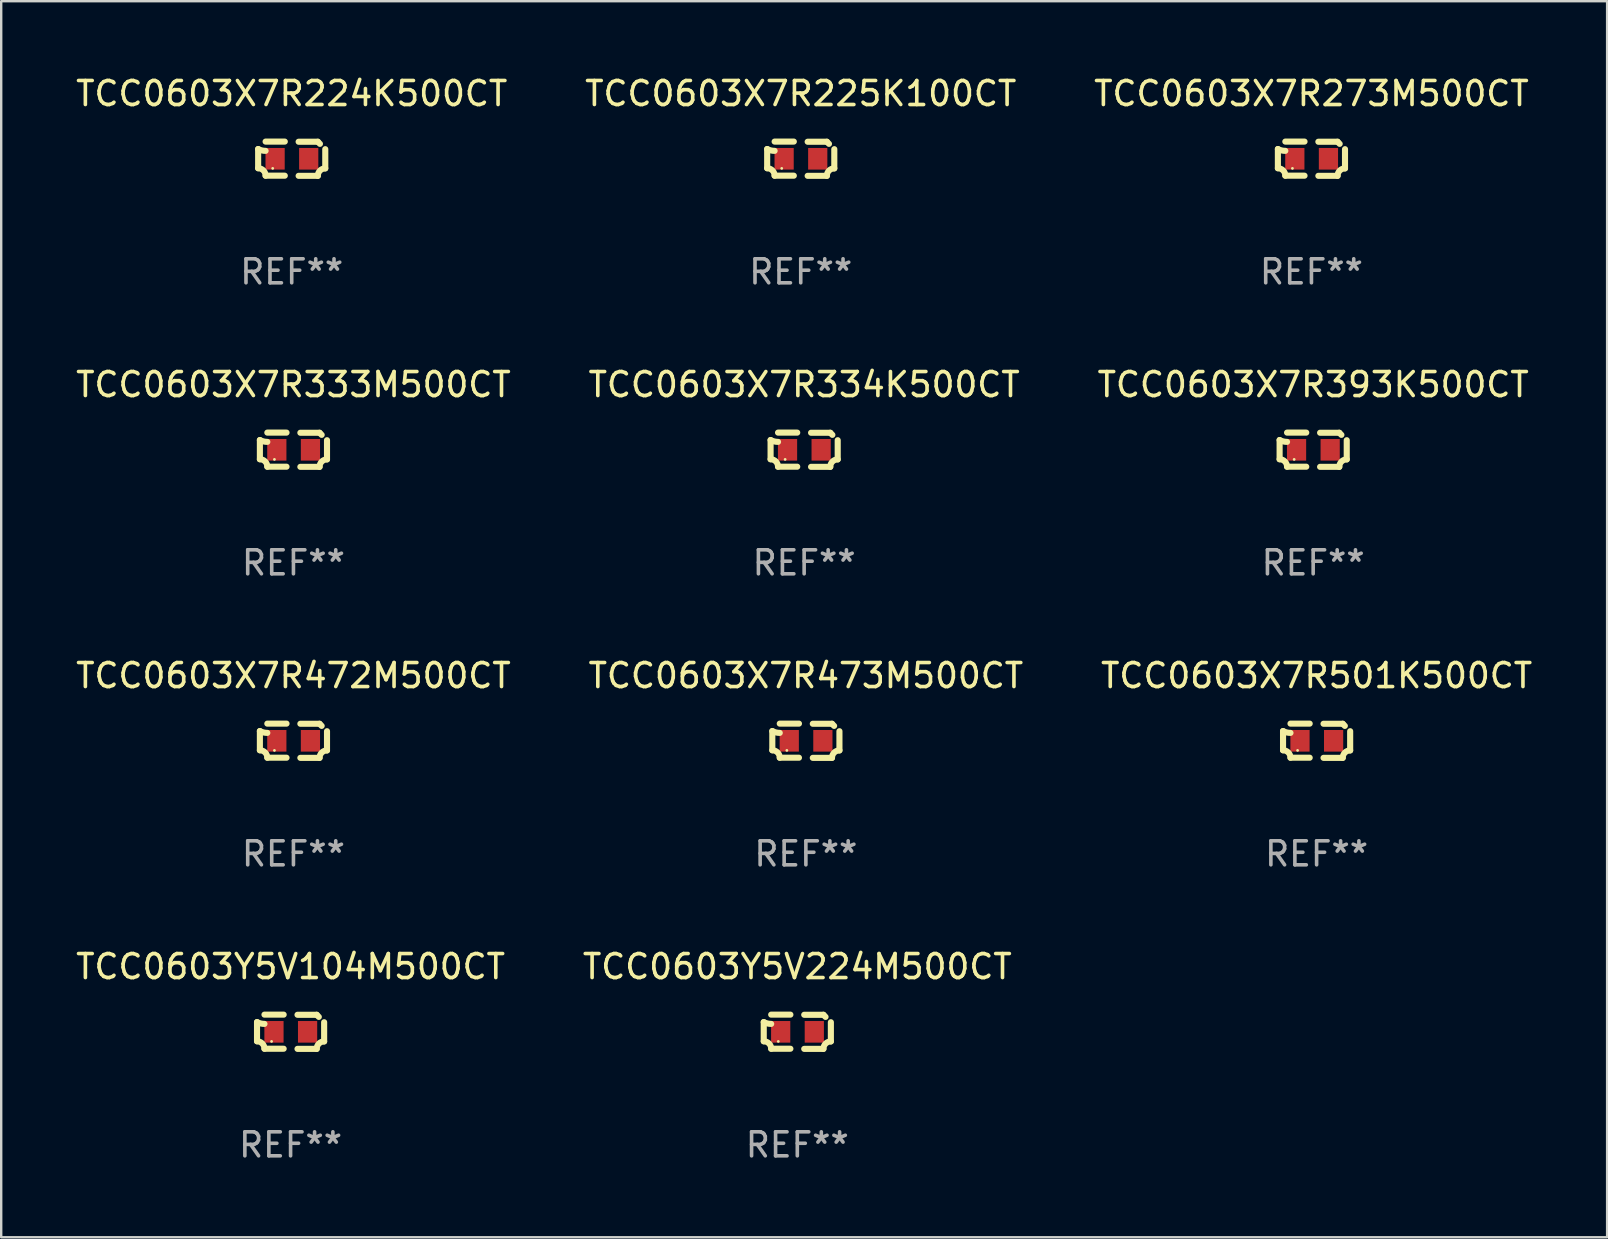
<source format=kicad_pcb>
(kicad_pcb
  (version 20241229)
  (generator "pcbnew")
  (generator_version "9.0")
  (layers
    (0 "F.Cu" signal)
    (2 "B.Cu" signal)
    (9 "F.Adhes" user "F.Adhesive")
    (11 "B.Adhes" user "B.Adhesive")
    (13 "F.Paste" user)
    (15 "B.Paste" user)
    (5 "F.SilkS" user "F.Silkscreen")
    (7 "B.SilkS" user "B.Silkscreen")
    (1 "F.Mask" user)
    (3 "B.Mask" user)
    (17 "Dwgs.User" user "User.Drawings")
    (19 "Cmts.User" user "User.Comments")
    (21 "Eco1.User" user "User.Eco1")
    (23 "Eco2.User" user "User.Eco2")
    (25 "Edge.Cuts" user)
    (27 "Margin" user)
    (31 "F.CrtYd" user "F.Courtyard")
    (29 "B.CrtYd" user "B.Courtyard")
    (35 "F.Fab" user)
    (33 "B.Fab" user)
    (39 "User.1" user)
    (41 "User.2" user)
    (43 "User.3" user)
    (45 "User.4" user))
  (footprint "TCC0603X7R225K100CT"
    (layer "F.Cu")
    (at 30.304 3.561)
    (property "Reference" "TCC0603X7R225K100CT" (at 0 -2.713 0) (layer "F.SilkS") (effects (font (size 1 1) (thickness 0.15))))
    (attr through_hole)
    (fp_line (start -1.398 -0.403) (end -1.398 0.397) (stroke (width 0.254) (type solid)) (layer "F.SilkS"))
    (fp_line (start -0.288 -0.713) (end -1.088 -0.713) (stroke (width 0.254) (type solid)) (layer "F.SilkS"))
    (fp_line (start -0.288 0.707) (end -1.088 0.707) (stroke (width 0.254) (type solid)) (layer "F.SilkS"))
    (fp_line (start 0.288 -0.707) (end 1.088 -0.707) (stroke (width 0.254) (type solid)) (layer "F.SilkS"))
    (fp_line (start 0.288 0.713) (end 1.088 0.713) (stroke (width 0.254) (type solid)) (layer "F.SilkS"))
    (fp_line (start 1.398 -0.397) (end 1.398 0.403) (stroke (width 0.254) (type solid)) (layer "F.SilkS"))
    (fp_arc (start -1.397789 0.397066) (mid -1.178701 0.487826) (end -1.08796 0.706922) (stroke (width 0.254001) (type solid)) (layer "F.SilkS"))
    (fp_arc (start -1.08796 -0.327176) (mid -1.247436 -0.346384) (end -1.39779 -0.402908) (stroke (width 0.254001) (type solid)) (layer "F.SilkS"))
    (fp_arc (start 1.087909 0.712738) (mid 1.178656 0.493655) (end 1.397739 0.402908) (stroke (width 0.254001) (type solid)) (layer "F.SilkS"))
    (fp_arc (start 1.175925 -0.618926) (mid 1.131917 -0.662923) (end 1.08791 -0.706922) (stroke (width 0.254001) (type solid)) (layer "F.SilkS"))
    (fp_circle (center -0.792 0.403) (end -0.762 0.403) (stroke (width 0.06) (type solid)) (fill no) (layer "F.SilkS"))
    (fp_text user "REF**" (at 0 4.713 0) (layer "F.Fab") (effects (font (size 1 1) (thickness 0.15))))
    (pad "1" smd rect (at -0.692 0.003) (size 0.8 0.9) (layers "F.Cu" "F.Mask" "F.Paste"))
    (pad "2" smd rect (at 0.708 0.003) (size 0.8 0.9) (layers "F.Cu" "F.Mask" "F.Paste")))
  (footprint "TCC0603Y5V104M500CT"
    (layer "F.Cu")
    (at 9.054 39.927)
    (property "Reference" "TCC0603Y5V104M500CT" (at 0 -2.713 0) (layer "F.SilkS") (effects (font (size 1 1) (thickness 0.15))))
    (attr through_hole)
    (fp_line (start -1.398 -0.403) (end -1.398 0.397) (stroke (width 0.254) (type solid)) (layer "F.SilkS"))
    (fp_line (start -0.288 -0.713) (end -1.088 -0.713) (stroke (width 0.254) (type solid)) (layer "F.SilkS"))
    (fp_line (start -0.288 0.707) (end -1.088 0.707) (stroke (width 0.254) (type solid)) (layer "F.SilkS"))
    (fp_line (start 0.288 -0.707) (end 1.088 -0.707) (stroke (width 0.254) (type solid)) (layer "F.SilkS"))
    (fp_line (start 0.288 0.713) (end 1.088 0.713) (stroke (width 0.254) (type solid)) (layer "F.SilkS"))
    (fp_line (start 1.398 -0.397) (end 1.398 0.403) (stroke (width 0.254) (type solid)) (layer "F.SilkS"))
    (fp_arc (start -1.397789 0.397066) (mid -1.178701 0.487826) (end -1.08796 0.706922) (stroke (width 0.254001) (type solid)) (layer "F.SilkS"))
    (fp_arc (start -1.08796 -0.327176) (mid -1.247436 -0.346384) (end -1.39779 -0.402908) (stroke (width 0.254001) (type solid)) (layer "F.SilkS"))
    (fp_arc (start 1.087909 0.712738) (mid 1.178656 0.493655) (end 1.397739 0.402908) (stroke (width 0.254001) (type solid)) (layer "F.SilkS"))
    (fp_arc (start 1.175925 -0.618926) (mid 1.131917 -0.662923) (end 1.08791 -0.706922) (stroke (width 0.254001) (type solid)) (layer "F.SilkS"))
    (fp_circle (center -0.792 0.403) (end -0.762 0.403) (stroke (width 0.06) (type solid)) (fill no) (layer "F.SilkS"))
    (fp_text user "REF**" (at 0 4.713 0) (layer "F.Fab") (effects (font (size 1 1) (thickness 0.15))))
    (pad "1" smd rect (at -0.692 0.003) (size 0.8 0.9) (layers "F.Cu" "F.Mask" "F.Paste"))
    (pad "2" smd rect (at 0.708 0.003) (size 0.8 0.9) (layers "F.Cu" "F.Mask" "F.Paste")))
  (footprint "TCC0603X7R224K500CT"
    (layer "F.Cu")
    (at 9.101 3.561)
    (property "Reference" "TCC0603X7R224K500CT" (at 0 -2.713 0) (layer "F.SilkS") (effects (font (size 1 1) (thickness 0.15))))
    (attr through_hole)
    (fp_line (start -1.398 -0.403) (end -1.398 0.397) (stroke (width 0.254) (type solid)) (layer "F.SilkS"))
    (fp_line (start -0.288 -0.713) (end -1.088 -0.713) (stroke (width 0.254) (type solid)) (layer "F.SilkS"))
    (fp_line (start -0.288 0.707) (end -1.088 0.707) (stroke (width 0.254) (type solid)) (layer "F.SilkS"))
    (fp_line (start 0.288 -0.707) (end 1.088 -0.707) (stroke (width 0.254) (type solid)) (layer "F.SilkS"))
    (fp_line (start 0.288 0.713) (end 1.088 0.713) (stroke (width 0.254) (type solid)) (layer "F.SilkS"))
    (fp_line (start 1.398 -0.397) (end 1.398 0.403) (stroke (width 0.254) (type solid)) (layer "F.SilkS"))
    (fp_arc (start -1.397789 0.397066) (mid -1.178701 0.487826) (end -1.08796 0.706922) (stroke (width 0.254001) (type solid)) (layer "F.SilkS"))
    (fp_arc (start -1.08796 -0.327176) (mid -1.247436 -0.346384) (end -1.39779 -0.402908) (stroke (width 0.254001) (type solid)) (layer "F.SilkS"))
    (fp_arc (start 1.087909 0.712738) (mid 1.178656 0.493655) (end 1.397739 0.402908) (stroke (width 0.254001) (type solid)) (layer "F.SilkS"))
    (fp_arc (start 1.175925 -0.618926) (mid 1.131917 -0.662923) (end 1.08791 -0.706922) (stroke (width 0.254001) (type solid)) (layer "F.SilkS"))
    (fp_circle (center -0.792 0.403) (end -0.762 0.403) (stroke (width 0.06) (type solid)) (fill no) (layer "F.SilkS"))
    (fp_text user "REF**" (at 0 4.713 0) (layer "F.Fab") (effects (font (size 1 1) (thickness 0.15))))
    (pad "1" smd rect (at -0.692 0.003) (size 0.8 0.9) (layers "F.Cu" "F.Mask" "F.Paste"))
    (pad "2" smd rect (at 0.708 0.003) (size 0.8 0.9) (layers "F.Cu" "F.Mask" "F.Paste")))
  (footprint "TCC0603X7R273M500CT"
    (layer "F.Cu")
    (at 51.577 3.561)
    (property "Reference" "TCC0603X7R273M500CT" (at 0 -2.713 0) (layer "F.SilkS") (effects (font (size 1 1) (thickness 0.15))))
    (attr through_hole)
    (fp_line (start -1.398 -0.403) (end -1.398 0.397) (stroke (width 0.254) (type solid)) (layer "F.SilkS"))
    (fp_line (start -0.288 -0.713) (end -1.088 -0.713) (stroke (width 0.254) (type solid)) (layer "F.SilkS"))
    (fp_line (start -0.288 0.707) (end -1.088 0.707) (stroke (width 0.254) (type solid)) (layer "F.SilkS"))
    (fp_line (start 0.288 -0.707) (end 1.088 -0.707) (stroke (width 0.254) (type solid)) (layer "F.SilkS"))
    (fp_line (start 0.288 0.713) (end 1.088 0.713) (stroke (width 0.254) (type solid)) (layer "F.SilkS"))
    (fp_line (start 1.398 -0.397) (end 1.398 0.403) (stroke (width 0.254) (type solid)) (layer "F.SilkS"))
    (fp_arc (start -1.397789 0.397066) (mid -1.178701 0.487826) (end -1.08796 0.706922) (stroke (width 0.254001) (type solid)) (layer "F.SilkS"))
    (fp_arc (start -1.08796 -0.327176) (mid -1.247436 -0.346384) (end -1.39779 -0.402908) (stroke (width 0.254001) (type solid)) (layer "F.SilkS"))
    (fp_arc (start 1.087909 0.712738) (mid 1.178656 0.493655) (end 1.397739 0.402908) (stroke (width 0.254001) (type solid)) (layer "F.SilkS"))
    (fp_arc (start 1.175925 -0.618926) (mid 1.131917 -0.662923) (end 1.08791 -0.706922) (stroke (width 0.254001) (type solid)) (layer "F.SilkS"))
    (fp_circle (center -0.792 0.403) (end -0.762 0.403) (stroke (width 0.06) (type solid)) (fill no) (layer "F.SilkS"))
    (fp_text user "REF**" (at 0 4.713 0) (layer "F.Fab") (effects (font (size 1 1) (thickness 0.15))))
    (pad "1" smd rect (at -0.692 0.003) (size 0.8 0.9) (layers "F.Cu" "F.Mask" "F.Paste"))
    (pad "2" smd rect (at 0.708 0.003) (size 0.8 0.9) (layers "F.Cu" "F.Mask" "F.Paste")))
  (footprint "TCC0603X7R472M500CT"
    (layer "F.Cu")
    (at 9.173 27.805)
    (property "Reference" "TCC0603X7R472M500CT" (at 0 -2.713 0) (layer "F.SilkS") (effects (font (size 1 1) (thickness 0.15))))
    (attr through_hole)
    (fp_line (start -1.398 -0.403) (end -1.398 0.397) (stroke (width 0.254) (type solid)) (layer "F.SilkS"))
    (fp_line (start -0.288 -0.713) (end -1.088 -0.713) (stroke (width 0.254) (type solid)) (layer "F.SilkS"))
    (fp_line (start -0.288 0.707) (end -1.088 0.707) (stroke (width 0.254) (type solid)) (layer "F.SilkS"))
    (fp_line (start 0.288 -0.707) (end 1.088 -0.707) (stroke (width 0.254) (type solid)) (layer "F.SilkS"))
    (fp_line (start 0.288 0.713) (end 1.088 0.713) (stroke (width 0.254) (type solid)) (layer "F.SilkS"))
    (fp_line (start 1.398 -0.397) (end 1.398 0.403) (stroke (width 0.254) (type solid)) (layer "F.SilkS"))
    (fp_arc (start -1.397789 0.397066) (mid -1.178701 0.487826) (end -1.08796 0.706922) (stroke (width 0.254001) (type solid)) (layer "F.SilkS"))
    (fp_arc (start -1.08796 -0.327176) (mid -1.247436 -0.346384) (end -1.39779 -0.402908) (stroke (width 0.254001) (type solid)) (layer "F.SilkS"))
    (fp_arc (start 1.087909 0.712738) (mid 1.178656 0.493655) (end 1.397739 0.402908) (stroke (width 0.254001) (type solid)) (layer "F.SilkS"))
    (fp_arc (start 1.175925 -0.618926) (mid 1.131917 -0.662923) (end 1.08791 -0.706922) (stroke (width 0.254001) (type solid)) (layer "F.SilkS"))
    (fp_circle (center -0.792 0.403) (end -0.762 0.403) (stroke (width 0.06) (type solid)) (fill no) (layer "F.SilkS"))
    (fp_text user "REF**" (at 0 4.713 0) (layer "F.Fab") (effects (font (size 1 1) (thickness 0.15))))
    (pad "1" smd rect (at -0.692 0.003) (size 0.8 0.9) (layers "F.Cu" "F.Mask" "F.Paste"))
    (pad "2" smd rect (at 0.708 0.003) (size 0.8 0.9) (layers "F.Cu" "F.Mask" "F.Paste")))
  (footprint "TCC0603X7R393K500CT"
    (layer "F.Cu")
    (at 51.649 15.683)
    (property "Reference" "TCC0603X7R393K500CT" (at 0 -2.713 0) (layer "F.SilkS") (effects (font (size 1 1) (thickness 0.15))))
    (attr through_hole)
    (fp_line (start -1.398 -0.403) (end -1.398 0.397) (stroke (width 0.254) (type solid)) (layer "F.SilkS"))
    (fp_line (start -0.288 -0.713) (end -1.088 -0.713) (stroke (width 0.254) (type solid)) (layer "F.SilkS"))
    (fp_line (start -0.288 0.707) (end -1.088 0.707) (stroke (width 0.254) (type solid)) (layer "F.SilkS"))
    (fp_line (start 0.288 -0.707) (end 1.088 -0.707) (stroke (width 0.254) (type solid)) (layer "F.SilkS"))
    (fp_line (start 0.288 0.713) (end 1.088 0.713) (stroke (width 0.254) (type solid)) (layer "F.SilkS"))
    (fp_line (start 1.398 -0.397) (end 1.398 0.403) (stroke (width 0.254) (type solid)) (layer "F.SilkS"))
    (fp_arc (start -1.397789 0.397066) (mid -1.178701 0.487826) (end -1.08796 0.706922) (stroke (width 0.254001) (type solid)) (layer "F.SilkS"))
    (fp_arc (start -1.08796 -0.327176) (mid -1.247436 -0.346384) (end -1.39779 -0.402908) (stroke (width 0.254001) (type solid)) (layer "F.SilkS"))
    (fp_arc (start 1.087909 0.712738) (mid 1.178656 0.493655) (end 1.397739 0.402908) (stroke (width 0.254001) (type solid)) (layer "F.SilkS"))
    (fp_arc (start 1.175925 -0.618926) (mid 1.131917 -0.662923) (end 1.08791 -0.706922) (stroke (width 0.254001) (type solid)) (layer "F.SilkS"))
    (fp_circle (center -0.792 0.403) (end -0.762 0.403) (stroke (width 0.06) (type solid)) (fill no) (layer "F.SilkS"))
    (fp_text user "REF**" (at 0 4.713 0) (layer "F.Fab") (effects (font (size 1 1) (thickness 0.15))))
    (pad "1" smd rect (at -0.692 0.003) (size 0.8 0.9) (layers "F.Cu" "F.Mask" "F.Paste"))
    (pad "2" smd rect (at 0.708 0.003) (size 0.8 0.9) (layers "F.Cu" "F.Mask" "F.Paste")))
  (footprint "TCC0603X7R501K500CT"
    (layer "F.Cu")
    (at 51.792 27.805)
    (property "Reference" "TCC0603X7R501K500CT" (at 0 -2.713 0) (layer "F.SilkS") (effects (font (size 1 1) (thickness 0.15))))
    (attr through_hole)
    (fp_line (start -1.398 -0.403) (end -1.398 0.397) (stroke (width 0.254) (type solid)) (layer "F.SilkS"))
    (fp_line (start -0.288 -0.713) (end -1.088 -0.713) (stroke (width 0.254) (type solid)) (layer "F.SilkS"))
    (fp_line (start -0.288 0.707) (end -1.088 0.707) (stroke (width 0.254) (type solid)) (layer "F.SilkS"))
    (fp_line (start 0.288 -0.707) (end 1.088 -0.707) (stroke (width 0.254) (type solid)) (layer "F.SilkS"))
    (fp_line (start 0.288 0.713) (end 1.088 0.713) (stroke (width 0.254) (type solid)) (layer "F.SilkS"))
    (fp_line (start 1.398 -0.397) (end 1.398 0.403) (stroke (width 0.254) (type solid)) (layer "F.SilkS"))
    (fp_arc (start -1.397789 0.397066) (mid -1.178701 0.487826) (end -1.08796 0.706922) (stroke (width 0.254001) (type solid)) (layer "F.SilkS"))
    (fp_arc (start -1.08796 -0.327176) (mid -1.247436 -0.346384) (end -1.39779 -0.402908) (stroke (width 0.254001) (type solid)) (layer "F.SilkS"))
    (fp_arc (start 1.087909 0.712738) (mid 1.178656 0.493655) (end 1.397739 0.402908) (stroke (width 0.254001) (type solid)) (layer "F.SilkS"))
    (fp_arc (start 1.175925 -0.618926) (mid 1.131917 -0.662923) (end 1.08791 -0.706922) (stroke (width 0.254001) (type solid)) (layer "F.SilkS"))
    (fp_circle (center -0.792 0.403) (end -0.762 0.403) (stroke (width 0.06) (type solid)) (fill no) (layer "F.SilkS"))
    (fp_text user "REF**" (at 0 4.713 0) (layer "F.Fab") (effects (font (size 1 1) (thickness 0.15))))
    (pad "1" smd rect (at -0.692 0.003) (size 0.8 0.9) (layers "F.Cu" "F.Mask" "F.Paste"))
    (pad "2" smd rect (at 0.708 0.003) (size 0.8 0.9) (layers "F.Cu" "F.Mask" "F.Paste")))
  (footprint "TCC0603Y5V224M500CT"
    (layer "F.Cu")
    (at 30.161 39.927)
    (property "Reference" "TCC0603Y5V224M500CT" (at 0 -2.713 0) (layer "F.SilkS") (effects (font (size 1 1) (thickness 0.15))))
    (attr through_hole)
    (fp_line (start -1.398 -0.403) (end -1.398 0.397) (stroke (width 0.254) (type solid)) (layer "F.SilkS"))
    (fp_line (start -0.288 -0.713) (end -1.088 -0.713) (stroke (width 0.254) (type solid)) (layer "F.SilkS"))
    (fp_line (start -0.288 0.707) (end -1.088 0.707) (stroke (width 0.254) (type solid)) (layer "F.SilkS"))
    (fp_line (start 0.288 -0.707) (end 1.088 -0.707) (stroke (width 0.254) (type solid)) (layer "F.SilkS"))
    (fp_line (start 0.288 0.713) (end 1.088 0.713) (stroke (width 0.254) (type solid)) (layer "F.SilkS"))
    (fp_line (start 1.398 -0.397) (end 1.398 0.403) (stroke (width 0.254) (type solid)) (layer "F.SilkS"))
    (fp_arc (start -1.397789 0.397066) (mid -1.178701 0.487826) (end -1.08796 0.706922) (stroke (width 0.254001) (type solid)) (layer "F.SilkS"))
    (fp_arc (start -1.08796 -0.327176) (mid -1.247436 -0.346384) (end -1.39779 -0.402908) (stroke (width 0.254001) (type solid)) (layer "F.SilkS"))
    (fp_arc (start 1.087909 0.712738) (mid 1.178656 0.493655) (end 1.397739 0.402908) (stroke (width 0.254001) (type solid)) (layer "F.SilkS"))
    (fp_arc (start 1.175925 -0.618926) (mid 1.131917 -0.662923) (end 1.08791 -0.706922) (stroke (width 0.254001) (type solid)) (layer "F.SilkS"))
    (fp_circle (center -0.792 0.403) (end -0.762 0.403) (stroke (width 0.06) (type solid)) (fill no) (layer "F.SilkS"))
    (fp_text user "REF**" (at 0 4.713 0) (layer "F.Fab") (effects (font (size 1 1) (thickness 0.15))))
    (pad "1" smd rect (at -0.692 0.003) (size 0.8 0.9) (layers "F.Cu" "F.Mask" "F.Paste"))
    (pad "2" smd rect (at 0.708 0.003) (size 0.8 0.9) (layers "F.Cu" "F.Mask" "F.Paste")))
  (footprint "TCC0603X7R333M500CT"
    (layer "F.Cu")
    (at 9.173 15.683)
    (property "Reference" "TCC0603X7R333M500CT" (at 0 -2.713 0) (layer "F.SilkS") (effects (font (size 1 1) (thickness 0.15))))
    (attr through_hole)
    (fp_line (start -1.398 -0.403) (end -1.398 0.397) (stroke (width 0.254) (type solid)) (layer "F.SilkS"))
    (fp_line (start -0.288 -0.713) (end -1.088 -0.713) (stroke (width 0.254) (type solid)) (layer "F.SilkS"))
    (fp_line (start -0.288 0.707) (end -1.088 0.707) (stroke (width 0.254) (type solid)) (layer "F.SilkS"))
    (fp_line (start 0.288 -0.707) (end 1.088 -0.707) (stroke (width 0.254) (type solid)) (layer "F.SilkS"))
    (fp_line (start 0.288 0.713) (end 1.088 0.713) (stroke (width 0.254) (type solid)) (layer "F.SilkS"))
    (fp_line (start 1.398 -0.397) (end 1.398 0.403) (stroke (width 0.254) (type solid)) (layer "F.SilkS"))
    (fp_arc (start -1.397789 0.397066) (mid -1.178701 0.487826) (end -1.08796 0.706922) (stroke (width 0.254001) (type solid)) (layer "F.SilkS"))
    (fp_arc (start -1.08796 -0.327176) (mid -1.247436 -0.346384) (end -1.39779 -0.402908) (stroke (width 0.254001) (type solid)) (layer "F.SilkS"))
    (fp_arc (start 1.087909 0.712738) (mid 1.178656 0.493655) (end 1.397739 0.402908) (stroke (width 0.254001) (type solid)) (layer "F.SilkS"))
    (fp_arc (start 1.175925 -0.618926) (mid 1.131917 -0.662923) (end 1.08791 -0.706922) (stroke (width 0.254001) (type solid)) (layer "F.SilkS"))
    (fp_circle (center -0.792 0.403) (end -0.762 0.403) (stroke (width 0.06) (type solid)) (fill no) (layer "F.SilkS"))
    (fp_text user "REF**" (at 0 4.713 0) (layer "F.Fab") (effects (font (size 1 1) (thickness 0.15))))
    (pad "1" smd rect (at -0.692 0.003) (size 0.8 0.9) (layers "F.Cu" "F.Mask" "F.Paste"))
    (pad "2" smd rect (at 0.708 0.003) (size 0.8 0.9) (layers "F.Cu" "F.Mask" "F.Paste")))
  (footprint "TCC0603X7R334K500CT"
    (layer "F.Cu")
    (at 30.446 15.683)
    (property "Reference" "TCC0603X7R334K500CT" (at 0 -2.713 0) (layer "F.SilkS") (effects (font (size 1 1) (thickness 0.15))))
    (attr through_hole)
    (fp_line (start -1.398 -0.403) (end -1.398 0.397) (stroke (width 0.254) (type solid)) (layer "F.SilkS"))
    (fp_line (start -0.288 -0.713) (end -1.088 -0.713) (stroke (width 0.254) (type solid)) (layer "F.SilkS"))
    (fp_line (start -0.288 0.707) (end -1.088 0.707) (stroke (width 0.254) (type solid)) (layer "F.SilkS"))
    (fp_line (start 0.288 -0.707) (end 1.088 -0.707) (stroke (width 0.254) (type solid)) (layer "F.SilkS"))
    (fp_line (start 0.288 0.713) (end 1.088 0.713) (stroke (width 0.254) (type solid)) (layer "F.SilkS"))
    (fp_line (start 1.398 -0.397) (end 1.398 0.403) (stroke (width 0.254) (type solid)) (layer "F.SilkS"))
    (fp_arc (start -1.397789 0.397066) (mid -1.178701 0.487826) (end -1.08796 0.706922) (stroke (width 0.254001) (type solid)) (layer "F.SilkS"))
    (fp_arc (start -1.08796 -0.327176) (mid -1.247436 -0.346384) (end -1.39779 -0.402908) (stroke (width 0.254001) (type solid)) (layer "F.SilkS"))
    (fp_arc (start 1.087909 0.712738) (mid 1.178656 0.493655) (end 1.397739 0.402908) (stroke (width 0.254001) (type solid)) (layer "F.SilkS"))
    (fp_arc (start 1.175925 -0.618926) (mid 1.131917 -0.662923) (end 1.08791 -0.706922) (stroke (width 0.254001) (type solid)) (layer "F.SilkS"))
    (fp_circle (center -0.792 0.403) (end -0.762 0.403) (stroke (width 0.06) (type solid)) (fill no) (layer "F.SilkS"))
    (fp_text user "REF**" (at 0 4.713 0) (layer "F.Fab") (effects (font (size 1 1) (thickness 0.15))))
    (pad "1" smd rect (at -0.692 0.003) (size 0.8 0.9) (layers "F.Cu" "F.Mask" "F.Paste"))
    (pad "2" smd rect (at 0.708 0.003) (size 0.8 0.9) (layers "F.Cu" "F.Mask" "F.Paste")))
  (footprint "TCC0603X7R473M500CT"
    (layer "F.Cu")
    (at 30.518 27.805)
    (property "Reference" "TCC0603X7R473M500CT" (at 0 -2.713 0) (layer "F.SilkS") (effects (font (size 1 1) (thickness 0.15))))
    (attr through_hole)
    (fp_line (start -1.398 -0.403) (end -1.398 0.397) (stroke (width 0.254) (type solid)) (layer "F.SilkS"))
    (fp_line (start -0.288 -0.713) (end -1.088 -0.713) (stroke (width 0.254) (type solid)) (layer "F.SilkS"))
    (fp_line (start -0.288 0.707) (end -1.088 0.707) (stroke (width 0.254) (type solid)) (layer "F.SilkS"))
    (fp_line (start 0.288 -0.707) (end 1.088 -0.707) (stroke (width 0.254) (type solid)) (layer "F.SilkS"))
    (fp_line (start 0.288 0.713) (end 1.088 0.713) (stroke (width 0.254) (type solid)) (layer "F.SilkS"))
    (fp_line (start 1.398 -0.397) (end 1.398 0.403) (stroke (width 0.254) (type solid)) (layer "F.SilkS"))
    (fp_arc (start -1.397789 0.397066) (mid -1.178701 0.487826) (end -1.08796 0.706922) (stroke (width 0.254001) (type solid)) (layer "F.SilkS"))
    (fp_arc (start -1.08796 -0.327176) (mid -1.247436 -0.346384) (end -1.39779 -0.402908) (stroke (width 0.254001) (type solid)) (layer "F.SilkS"))
    (fp_arc (start 1.087909 0.712738) (mid 1.178656 0.493655) (end 1.397739 0.402908) (stroke (width 0.254001) (type solid)) (layer "F.SilkS"))
    (fp_arc (start 1.175925 -0.618926) (mid 1.131917 -0.662923) (end 1.08791 -0.706922) (stroke (width 0.254001) (type solid)) (layer "F.SilkS"))
    (fp_circle (center -0.792 0.403) (end -0.762 0.403) (stroke (width 0.06) (type solid)) (fill no) (layer "F.SilkS"))
    (fp_text user "REF**" (at 0 4.713 0) (layer "F.Fab") (effects (font (size 1 1) (thickness 0.15))))
    (pad "1" smd rect (at -0.692 0.003) (size 0.8 0.9) (layers "F.Cu" "F.Mask" "F.Paste"))
    (pad "2" smd rect (at 0.708 0.003) (size 0.8 0.9) (layers "F.Cu" "F.Mask" "F.Paste")))
  (gr_rect
    (start -3 -3)
    (end 63.893 48.488)
    (stroke (width 0.1) (type default))
    (fill no)
    (layer "Edge.Cuts")))
</source>
